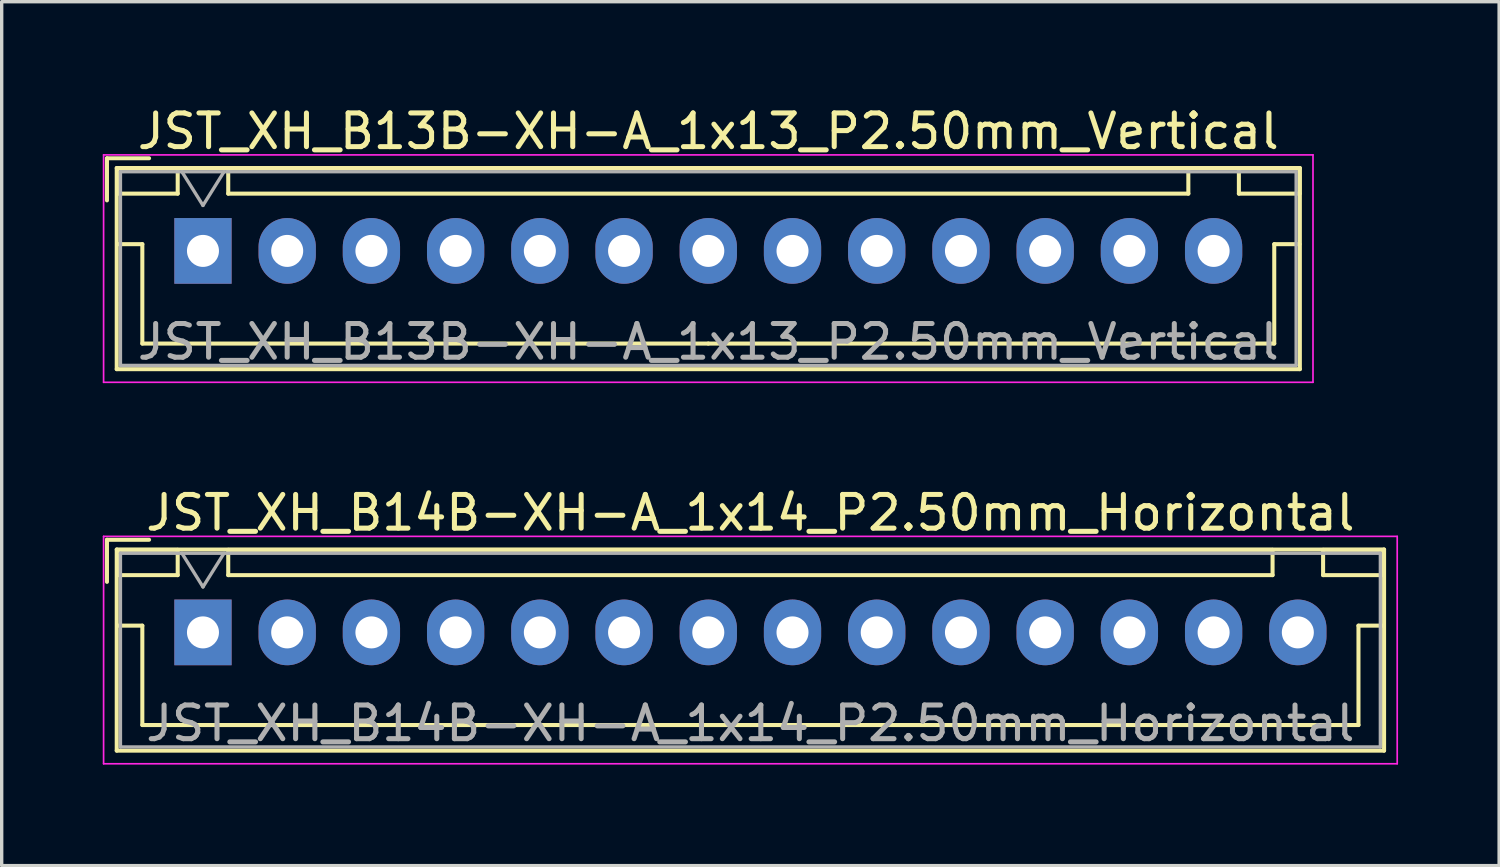
<source format=kicad_pcb>
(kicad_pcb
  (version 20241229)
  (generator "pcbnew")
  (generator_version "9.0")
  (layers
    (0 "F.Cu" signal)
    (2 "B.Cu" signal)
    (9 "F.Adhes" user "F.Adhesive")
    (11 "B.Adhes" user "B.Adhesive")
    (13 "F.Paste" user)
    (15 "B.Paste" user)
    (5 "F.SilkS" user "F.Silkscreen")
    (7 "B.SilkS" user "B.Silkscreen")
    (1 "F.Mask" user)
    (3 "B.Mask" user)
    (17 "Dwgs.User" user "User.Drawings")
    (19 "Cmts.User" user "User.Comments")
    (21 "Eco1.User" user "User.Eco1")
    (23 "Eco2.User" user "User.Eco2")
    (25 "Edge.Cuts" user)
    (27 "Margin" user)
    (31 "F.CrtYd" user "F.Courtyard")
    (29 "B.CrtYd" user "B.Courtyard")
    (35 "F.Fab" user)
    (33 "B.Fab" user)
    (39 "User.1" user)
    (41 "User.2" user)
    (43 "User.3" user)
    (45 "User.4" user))
  (footprint "JST_XH_B13B-XH-A_1x13_P2.50mm_Vertical"
    (layer "F.Cu")
    (at 2.975 4.398)
    (property "Reference" "JST_XH_B13B-XH-A_1x13_P2.50mm_Vertical" (at 15 -3.55 0) (layer "F.SilkS") (effects (font (size 1 1) (thickness 0.15))))
    (attr through_hole)
    (fp_line (start -2.85 -2.75) (end -2.85 -1.5) (stroke (width 0.12) (type solid)) (layer "F.SilkS"))
    (fp_line (start -2.56 -2.46) (end -2.56 3.51) (stroke (width 0.12) (type solid)) (layer "F.SilkS"))
    (fp_line (start -2.56 3.51) (end 32.56 3.51) (stroke (width 0.12) (type solid)) (layer "F.SilkS"))
    (fp_line (start -2.55 -2.45) (end -2.55 -1.7) (stroke (width 0.12) (type solid)) (layer "F.SilkS"))
    (fp_line (start -2.55 -1.7) (end -0.75 -1.7) (stroke (width 0.12) (type solid)) (layer "F.SilkS"))
    (fp_line (start -2.55 -0.2) (end -1.8 -0.2) (stroke (width 0.12) (type solid)) (layer "F.SilkS"))
    (fp_line (start -1.8 -0.2) (end -1.8 2.75) (stroke (width 0.12) (type solid)) (layer "F.SilkS"))
    (fp_line (start -1.8 2.75) (end 15 2.75) (stroke (width 0.12) (type solid)) (layer "F.SilkS"))
    (fp_line (start -1.6 -2.75) (end -2.85 -2.75) (stroke (width 0.12) (type solid)) (layer "F.SilkS"))
    (fp_line (start -0.75 -2.45) (end -2.55 -2.45) (stroke (width 0.12) (type solid)) (layer "F.SilkS"))
    (fp_line (start -0.75 -1.7) (end -0.75 -2.45) (stroke (width 0.12) (type solid)) (layer "F.SilkS"))
    (fp_line (start 0.75 -2.45) (end 0.75 -1.7) (stroke (width 0.12) (type solid)) (layer "F.SilkS"))
    (fp_line (start 0.75 -1.7) (end 29.25 -1.7) (stroke (width 0.12) (type solid)) (layer "F.SilkS"))
    (fp_line (start 29.25 -2.45) (end 0.75 -2.45) (stroke (width 0.12) (type solid)) (layer "F.SilkS"))
    (fp_line (start 29.25 -1.7) (end 29.25 -2.45) (stroke (width 0.12) (type solid)) (layer "F.SilkS"))
    (fp_line (start 30.75 -2.45) (end 30.75 -1.7) (stroke (width 0.12) (type solid)) (layer "F.SilkS"))
    (fp_line (start 30.75 -1.7) (end 32.55 -1.7) (stroke (width 0.12) (type solid)) (layer "F.SilkS"))
    (fp_line (start 31.8 -0.2) (end 31.8 2.75) (stroke (width 0.12) (type solid)) (layer "F.SilkS"))
    (fp_line (start 31.8 2.75) (end 15 2.75) (stroke (width 0.12) (type solid)) (layer "F.SilkS"))
    (fp_line (start 32.55 -2.45) (end 30.75 -2.45) (stroke (width 0.12) (type solid)) (layer "F.SilkS"))
    (fp_line (start 32.55 -1.7) (end 32.55 -2.45) (stroke (width 0.12) (type solid)) (layer "F.SilkS"))
    (fp_line (start 32.55 -0.2) (end 31.8 -0.2) (stroke (width 0.12) (type solid)) (layer "F.SilkS"))
    (fp_line (start 32.56 -2.46) (end -2.56 -2.46) (stroke (width 0.12) (type solid)) (layer "F.SilkS"))
    (fp_line (start 32.56 3.51) (end 32.56 -2.46) (stroke (width 0.12) (type solid)) (layer "F.SilkS"))
    (fp_line (start -2.95 -2.85) (end -2.95 3.9) (stroke (width 0.05) (type solid)) (layer "F.CrtYd"))
    (fp_line (start -2.95 3.9) (end 32.95 3.9) (stroke (width 0.05) (type solid)) (layer "F.CrtYd"))
    (fp_line (start 32.95 -2.85) (end -2.95 -2.85) (stroke (width 0.05) (type solid)) (layer "F.CrtYd"))
    (fp_line (start 32.95 3.9) (end 32.95 -2.85) (stroke (width 0.05) (type solid)) (layer "F.CrtYd"))
    (fp_line (start -2.45 -2.35) (end -2.45 3.4) (stroke (width 0.1) (type solid)) (layer "F.Fab"))
    (fp_line (start -2.45 3.4) (end 32.45 3.4) (stroke (width 0.1) (type solid)) (layer "F.Fab"))
    (fp_line (start -0.625 -2.35) (end 0 -1.35) (stroke (width 0.1) (type solid)) (layer "F.Fab"))
    (fp_line (start 0 -1.35) (end 0.625 -2.35) (stroke (width 0.1) (type solid)) (layer "F.Fab"))
    (fp_line (start 32.45 -2.35) (end -2.45 -2.35) (stroke (width 0.1) (type solid)) (layer "F.Fab"))
    (fp_line (start 32.45 3.4) (end 32.45 -2.35) (stroke (width 0.1) (type solid)) (layer "F.Fab"))
    (fp_text user "${REFERENCE}" (at 15 2.7 0) (layer "F.Fab") (effects (font (size 1 1) (thickness 0.15))))
    (pad "1" thru_hole rect (at 0 0) (size 1.7 1.95) (drill 0.95) (layers "*.Cu" "*.Mask"))
    (pad "2" thru_hole oval (at 2.5 0) (size 1.7 1.95) (drill 0.95) (layers "*.Cu" "*.Mask"))
    (pad "3" thru_hole oval (at 5 0) (size 1.7 1.95) (drill 0.95) (layers "*.Cu" "*.Mask"))
    (pad "4" thru_hole oval (at 7.5 0) (size 1.7 1.95) (drill 0.95) (layers "*.Cu" "*.Mask"))
    (pad "5" thru_hole oval (at 10 0) (size 1.7 1.95) (drill 0.95) (layers "*.Cu" "*.Mask"))
    (pad "6" thru_hole oval (at 12.5 0) (size 1.7 1.95) (drill 0.95) (layers "*.Cu" "*.Mask"))
    (pad "7" thru_hole oval (at 15 0) (size 1.7 1.95) (drill 0.95) (layers "*.Cu" "*.Mask"))
    (pad "8" thru_hole oval (at 17.5 0) (size 1.7 1.95) (drill 0.95) (layers "*.Cu" "*.Mask"))
    (pad "9" thru_hole oval (at 20 0) (size 1.7 1.95) (drill 0.95) (layers "*.Cu" "*.Mask"))
    (pad "10" thru_hole oval (at 22.5 0) (size 1.7 1.95) (drill 0.95) (layers "*.Cu" "*.Mask"))
    (pad "11" thru_hole oval (at 25 0) (size 1.7 1.95) (drill 0.95) (layers "*.Cu" "*.Mask"))
    (pad "12" thru_hole oval (at 27.5 0) (size 1.7 1.95) (drill 0.95) (layers "*.Cu" "*.Mask"))
    (pad "13" thru_hole oval (at 30 0) (size 1.7 1.95) (drill 0.95) (layers "*.Cu" "*.Mask")))
  (footprint "JST_XH_B14B-XH-A_1x14_P2.50mm_Horizontal"
    (layer "F.Cu")
    (at 2.975 15.722)
    (property "Reference" "JST_XH_B14B-XH-A_1x14_P2.50mm_Horizontal" (at 16.25 -3.55 0) (layer "F.SilkS") (effects (font (size 1 1) (thickness 0.15))))
    (attr through_hole)
    (fp_line (start -2.85 -2.75) (end -2.85 -1.5) (stroke (width 0.12) (type solid)) (layer "F.SilkS"))
    (fp_line (start -2.56 -2.46) (end -2.56 3.51) (stroke (width 0.12) (type solid)) (layer "F.SilkS"))
    (fp_line (start -2.56 3.51) (end 35.06 3.51) (stroke (width 0.12) (type solid)) (layer "F.SilkS"))
    (fp_line (start -2.55 -2.45) (end -2.55 -1.7) (stroke (width 0.12) (type solid)) (layer "F.SilkS"))
    (fp_line (start -2.55 -1.7) (end -0.75 -1.7) (stroke (width 0.12) (type solid)) (layer "F.SilkS"))
    (fp_line (start -2.55 -0.2) (end -1.8 -0.2) (stroke (width 0.12) (type solid)) (layer "F.SilkS"))
    (fp_line (start -1.8 -0.2) (end -1.8 2.75) (stroke (width 0.12) (type solid)) (layer "F.SilkS"))
    (fp_line (start -1.8 2.75) (end 16.25 2.75) (stroke (width 0.12) (type solid)) (layer "F.SilkS"))
    (fp_line (start -1.6 -2.75) (end -2.85 -2.75) (stroke (width 0.12) (type solid)) (layer "F.SilkS"))
    (fp_line (start -0.75 -2.45) (end -2.55 -2.45) (stroke (width 0.12) (type solid)) (layer "F.SilkS"))
    (fp_line (start -0.75 -1.7) (end -0.75 -2.45) (stroke (width 0.12) (type solid)) (layer "F.SilkS"))
    (fp_line (start 0.75 -2.45) (end 0.75 -1.7) (stroke (width 0.12) (type solid)) (layer "F.SilkS"))
    (fp_line (start 0.75 -1.7) (end 31.75 -1.7) (stroke (width 0.12) (type solid)) (layer "F.SilkS"))
    (fp_line (start 31.75 -2.45) (end 0.75 -2.45) (stroke (width 0.12) (type solid)) (layer "F.SilkS"))
    (fp_line (start 31.75 -1.7) (end 31.75 -2.45) (stroke (width 0.12) (type solid)) (layer "F.SilkS"))
    (fp_line (start 33.25 -2.45) (end 33.25 -1.7) (stroke (width 0.12) (type solid)) (layer "F.SilkS"))
    (fp_line (start 33.25 -1.7) (end 35.05 -1.7) (stroke (width 0.12) (type solid)) (layer "F.SilkS"))
    (fp_line (start 34.3 -0.2) (end 34.3 2.75) (stroke (width 0.12) (type solid)) (layer "F.SilkS"))
    (fp_line (start 34.3 2.75) (end 16.25 2.75) (stroke (width 0.12) (type solid)) (layer "F.SilkS"))
    (fp_line (start 35.05 -2.45) (end 33.25 -2.45) (stroke (width 0.12) (type solid)) (layer "F.SilkS"))
    (fp_line (start 35.05 -1.7) (end 35.05 -2.45) (stroke (width 0.12) (type solid)) (layer "F.SilkS"))
    (fp_line (start 35.05 -0.2) (end 34.3 -0.2) (stroke (width 0.12) (type solid)) (layer "F.SilkS"))
    (fp_line (start 35.06 -2.46) (end -2.56 -2.46) (stroke (width 0.12) (type solid)) (layer "F.SilkS"))
    (fp_line (start 35.06 3.51) (end 35.06 -2.46) (stroke (width 0.12) (type solid)) (layer "F.SilkS"))
    (fp_line (start -2.95 -2.85) (end -2.95 3.9) (stroke (width 0.05) (type solid)) (layer "F.CrtYd"))
    (fp_line (start -2.95 3.9) (end 35.45 3.9) (stroke (width 0.05) (type solid)) (layer "F.CrtYd"))
    (fp_line (start 35.45 -2.85) (end -2.95 -2.85) (stroke (width 0.05) (type solid)) (layer "F.CrtYd"))
    (fp_line (start 35.45 3.9) (end 35.45 -2.85) (stroke (width 0.05) (type solid)) (layer "F.CrtYd"))
    (fp_line (start -2.45 -2.35) (end -2.45 3.4) (stroke (width 0.1) (type solid)) (layer "F.Fab"))
    (fp_line (start -2.45 3.4) (end 34.95 3.4) (stroke (width 0.1) (type solid)) (layer "F.Fab"))
    (fp_line (start -0.625 -2.35) (end 0 -1.35) (stroke (width 0.1) (type solid)) (layer "F.Fab"))
    (fp_line (start 0 -1.35) (end 0.625 -2.35) (stroke (width 0.1) (type solid)) (layer "F.Fab"))
    (fp_line (start 34.95 -2.35) (end -2.45 -2.35) (stroke (width 0.1) (type solid)) (layer "F.Fab"))
    (fp_line (start 34.95 3.4) (end 34.95 -2.35) (stroke (width 0.1) (type solid)) (layer "F.Fab"))
    (fp_text user "${REFERENCE}" (at 16.25 2.7 0) (layer "F.Fab") (effects (font (size 1 1) (thickness 0.15))))
    (pad "1" thru_hole rect (at 0 0) (size 1.7 1.95) (drill 0.95) (layers "*.Cu" "*.Mask"))
    (pad "2" thru_hole oval (at 2.5 0) (size 1.7 1.95) (drill 0.95) (layers "*.Cu" "*.Mask"))
    (pad "3" thru_hole oval (at 5 0) (size 1.7 1.95) (drill 0.95) (layers "*.Cu" "*.Mask"))
    (pad "4" thru_hole oval (at 7.5 0) (size 1.7 1.95) (drill 0.95) (layers "*.Cu" "*.Mask"))
    (pad "5" thru_hole oval (at 10 0) (size 1.7 1.95) (drill 0.95) (layers "*.Cu" "*.Mask"))
    (pad "6" thru_hole oval (at 12.5 0) (size 1.7 1.95) (drill 0.95) (layers "*.Cu" "*.Mask"))
    (pad "7" thru_hole oval (at 15 0) (size 1.7 1.95) (drill 0.95) (layers "*.Cu" "*.Mask"))
    (pad "8" thru_hole oval (at 17.5 0) (size 1.7 1.95) (drill 0.95) (layers "*.Cu" "*.Mask"))
    (pad "9" thru_hole oval (at 20 0) (size 1.7 1.95) (drill 0.95) (layers "*.Cu" "*.Mask"))
    (pad "10" thru_hole oval (at 22.5 0) (size 1.7 1.95) (drill 0.95) (layers "*.Cu" "*.Mask"))
    (pad "11" thru_hole oval (at 25 0) (size 1.7 1.95) (drill 0.95) (layers "*.Cu" "*.Mask"))
    (pad "12" thru_hole oval (at 27.5 0) (size 1.7 1.95) (drill 0.95) (layers "*.Cu" "*.Mask"))
    (pad "13" thru_hole oval (at 30 0) (size 1.7 1.95) (drill 0.95) (layers "*.Cu" "*.Mask"))
    (pad "14" thru_hole oval (at 32.5 0) (size 1.7 1.95) (drill 0.95) (layers "*.Cu" "*.Mask")))
  (gr_rect
    (start -3 -3)
    (end 41.45 22.646)
    (stroke (width 0.1) (type default))
    (fill no)
    (layer "Edge.Cuts")))
</source>
